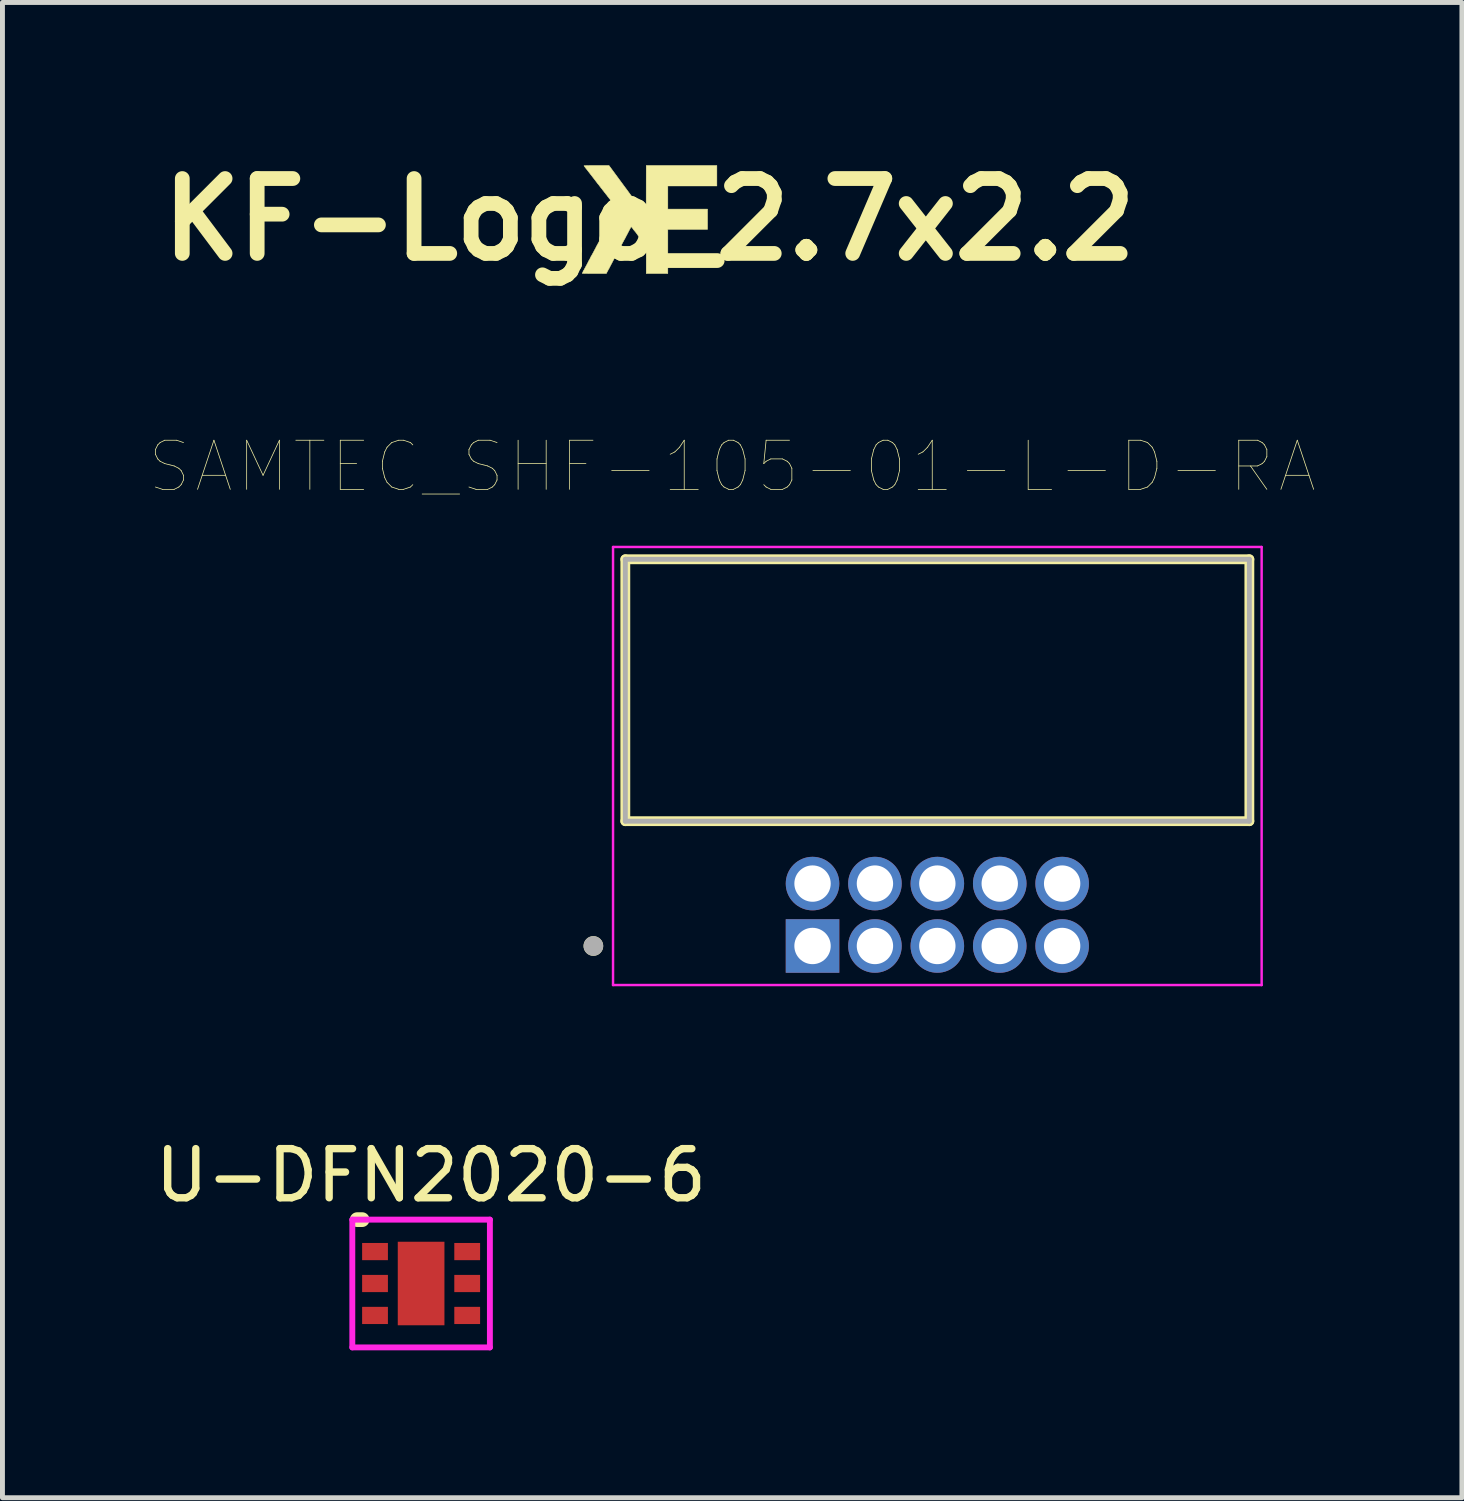
<source format=kicad_pcb>
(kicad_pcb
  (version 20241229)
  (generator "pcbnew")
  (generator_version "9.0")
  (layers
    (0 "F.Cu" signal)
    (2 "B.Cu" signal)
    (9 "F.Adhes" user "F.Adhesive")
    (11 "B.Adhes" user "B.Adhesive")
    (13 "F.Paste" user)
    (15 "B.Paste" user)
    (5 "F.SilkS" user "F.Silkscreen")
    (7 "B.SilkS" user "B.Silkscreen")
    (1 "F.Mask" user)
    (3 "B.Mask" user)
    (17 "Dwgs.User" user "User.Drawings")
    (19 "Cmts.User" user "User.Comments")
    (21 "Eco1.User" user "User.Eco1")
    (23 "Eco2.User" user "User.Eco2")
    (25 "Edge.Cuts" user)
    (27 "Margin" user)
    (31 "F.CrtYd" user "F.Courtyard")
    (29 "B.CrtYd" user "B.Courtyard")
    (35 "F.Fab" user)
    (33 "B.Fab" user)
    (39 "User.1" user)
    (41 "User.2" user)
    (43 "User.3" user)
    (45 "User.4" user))
  (footprint "SAMTEC_SHF-105-01-L-D-RA"
    (layer "F.Cu")
    (at 13.486 16.202)
    (property "Reference" "SAMTEC_SHF-105-01-L-D-RA" (at -1.635 -9.755 0) (layer "F.SilkS") (effects (font (size 1 1) (thickness 0.015))))
    (attr through_hole)
    (fp_line (start -3.81 -2.54) (end -3.81 -7.87) (stroke (width 0.2) (type solid)) (layer "F.SilkS"))
    (fp_line (start 8.89 -7.87) (end -3.81 -7.87) (stroke (width 0.2) (type solid)) (layer "F.SilkS"))
    (fp_line (start 8.89 -7.87) (end 8.89 -2.54) (stroke (width 0.2) (type solid)) (layer "F.SilkS"))
    (fp_line (start 8.89 -2.54) (end -3.81 -2.54) (stroke (width 0.2) (type solid)) (layer "F.SilkS"))
    (fp_circle (center -4.46 0) (end -4.36 0) (stroke (width 0.2) (type solid)) (fill no) (layer "F.SilkS"))
    (fp_line (start -4.06 -8.12) (end 9.14 -8.12) (stroke (width 0.05) (type solid)) (layer "F.CrtYd"))
    (fp_line (start -4.06 0.795) (end -4.06 -8.12) (stroke (width 0.05) (type solid)) (layer "F.CrtYd"))
    (fp_line (start 9.14 -8.12) (end 9.14 0.795) (stroke (width 0.05) (type solid)) (layer "F.CrtYd"))
    (fp_line (start 9.14 0.795) (end -4.06 0.795) (stroke (width 0.05) (type solid)) (layer "F.CrtYd"))
    (fp_line (start -3.81 -7.87) (end 8.89 -7.87) (stroke (width 0.1) (type solid)) (layer "F.Fab"))
    (fp_line (start -3.81 -2.54) (end -3.81 -7.87) (stroke (width 0.1) (type solid)) (layer "F.Fab"))
    (fp_line (start 8.89 -7.87) (end 8.89 -2.54) (stroke (width 0.1) (type solid)) (layer "F.Fab"))
    (fp_line (start 8.89 -2.54) (end -3.81 -2.54) (stroke (width 0.1) (type solid)) (layer "F.Fab"))
    (fp_circle (center -4.46 0) (end -4.36 0) (stroke (width 0.2) (type solid)) (fill no) (layer "F.Fab"))
    (pad "1" thru_hole rect (at 0 0) (size 1.09 1.09) (drill 0.74) (layers "*.Cu" "*.Mask"))
    (pad "2" thru_hole circle (at 0 -1.27) (size 1.09 1.09) (drill 0.74) (layers "*.Cu" "*.Mask"))
    (pad "3" thru_hole circle (at 1.27 0) (size 1.09 1.09) (drill 0.74) (layers "*.Cu" "*.Mask"))
    (pad "4" thru_hole circle (at 1.27 -1.27) (size 1.09 1.09) (drill 0.74) (layers "*.Cu" "*.Mask"))
    (pad "5" thru_hole circle (at 2.54 0) (size 1.09 1.09) (drill 0.74) (layers "*.Cu" "*.Mask"))
    (pad "6" thru_hole circle (at 2.54 -1.27) (size 1.09 1.09) (drill 0.74) (layers "*.Cu" "*.Mask"))
    (pad "7" thru_hole circle (at 3.81 0) (size 1.09 1.09) (drill 0.74) (layers "*.Cu" "*.Mask"))
    (pad "8" thru_hole circle (at 3.81 -1.27) (size 1.09 1.09) (drill 0.74) (layers "*.Cu" "*.Mask"))
    (pad "9" thru_hole circle (at 5.08 0) (size 1.09 1.09) (drill 0.74) (layers "*.Cu" "*.Mask"))
    (pad "10" thru_hole circle (at 5.08 -1.27) (size 1.09 1.09) (drill 0.74) (layers "*.Cu" "*.Mask")))
  (footprint "U-DFN2020-6"
    (layer "F.Cu")
    (at 5.52 23.071)
    (property "Reference" "U-DFN2020-6" (at 0.2 -2.2 0) (layer "F.SilkS") (effects (font (size 1 1) (thickness 0.15))))
    (attr through_hole)
    (fp_line (start -1.3 -1.3) (end -1.2 -1.3) (stroke (width 0.3) (type solid)) (layer "F.SilkS"))
    (fp_poly (pts (xy 0.42 -0.15) (xy -0.42 -0.15) (xy -0.42 -0.8) (xy 0.42 -0.8)) (stroke (width 0.1) (type solid)) (fill yes) (layer "F.Paste"))
    (fp_poly (pts (xy 0.42 0.8) (xy -0.42 0.8) (xy -0.42 0.15) (xy 0.42 0.15)) (stroke (width 0.1) (type solid)) (fill yes) (layer "F.Paste"))
    (fp_line (start -1.4 -1.3) (end -1.4 1.3) (stroke (width 0.12) (type solid)) (layer "F.CrtYd"))
    (fp_line (start -1.4 1.3) (end 1.4 1.3) (stroke (width 0.12) (type solid)) (layer "F.CrtYd"))
    (fp_line (start 1.4 -1.3) (end -1.4 -1.3) (stroke (width 0.12) (type solid)) (layer "F.CrtYd"))
    (fp_line (start 1.4 1.3) (end 1.4 -1.3) (stroke (width 0.12) (type solid)) (layer "F.CrtYd"))
    (pad "" smd rect (at 0 0 270) (size 1.7 0.95) (layers "F.Cu" "F.Mask"))
    (pad "1" smd rect (at -0.938 -0.65 270) (size 0.35 0.525) (layers "F.Cu" "F.Mask" "F.Paste"))
    (pad "2" smd rect (at -0.938 0 270) (size 0.35 0.525) (layers "F.Cu" "F.Mask" "F.Paste"))
    (pad "3" smd rect (at -0.938 0.65 270) (size 0.35 0.525) (layers "F.Cu" "F.Mask" "F.Paste"))
    (pad "4" smd rect (at 0.938 0.65 270) (size 0.35 0.525) (layers "F.Cu" "F.Mask" "F.Paste"))
    (pad "5" smd rect (at 0.938 0 270) (size 0.35 0.525) (layers "F.Cu" "F.Mask" "F.Paste"))
    (pad "6" smd rect (at 0.938 -0.65 270) (size 0.35 0.525) (layers "F.Cu" "F.Mask" "F.Paste")))
  (footprint "KF-Logo_2.7x2.2"
    (layer "F.Cu")
    (at 10.167 1.418)
    (property "Reference" "KF-Logo_2.7x2.2" (at 0 0 0) (layer "F.SilkS") (effects (font (size 1.524 1.524) (thickness 0.3))))
    (attr through_hole)
    (fp_poly (pts (xy -0.503 -0.664) (xy -0.461 -0.608) (xy -0.421 -0.553) (xy -0.383 -0.501) (xy -0.347 -0.452) (xy -0.313 -0.406) (xy -0.282 -0.365) (xy -0.254 -0.327) (xy -0.23 -0.295) (xy -0.21 -0.268) (xy -0.194 -0.246) (xy -0.182 -0.231) (xy -0.176 -0.222) (xy -0.174 -0.221) (xy -0.168 -0.214) (xy -0.166 -0.21) (xy -0.164 -0.206) (xy -0.157 -0.195) (xy -0.146 -0.18) (xy -0.132 -0.16) (xy -0.117 -0.14) (xy -0.067 -0.072) (xy -0.066 -0.585) (xy -0.065 -1.099) (xy 1.372 -1.099) (xy 1.372 -0.683) (xy 0.374 -0.683) (xy 0.374 -0.212) (xy 1.182 -0.212) (xy 1.182 0.199) (xy 0.374 0.199) (xy 0.374 1.099) (xy -0.065 1.099) (xy -0.065 0.533) (xy -0.104 0.482) (xy -0.119 0.463) (xy -0.132 0.447) (xy -0.143 0.435) (xy -0.149 0.428) (xy -0.15 0.427) (xy -0.155 0.422) (xy -0.155 0.42) (xy -0.158 0.416) (xy -0.165 0.406) (xy -0.175 0.392) (xy -0.188 0.376) (xy -0.201 0.359) (xy -0.214 0.343) (xy -0.225 0.33) (xy -0.233 0.321) (xy -0.236 0.319) (xy -0.24 0.315) (xy -0.24 0.314) (xy -0.243 0.308) (xy -0.25 0.298) (xy -0.261 0.283) (xy -0.273 0.267) (xy -0.286 0.25) (xy -0.299 0.235) (xy -0.309 0.222) (xy -0.317 0.214) (xy -0.319 0.212) (xy -0.323 0.209) (xy -0.323 0.207) (xy -0.326 0.202) (xy -0.333 0.191) (xy -0.344 0.177) (xy -0.347 0.172) (xy -0.36 0.157) (xy -0.369 0.149) (xy -0.374 0.148) (xy -0.374 0.149) (xy -0.386 0.171) (xy -0.4 0.196) (xy -0.414 0.223) (xy -0.429 0.252) (xy -0.444 0.28) (xy -0.457 0.306) (xy -0.47 0.329) (xy -0.48 0.349) (xy -0.487 0.363) (xy -0.491 0.371) (xy -0.491 0.372) (xy -0.494 0.378) (xy -0.495 0.379) (xy -0.498 0.383) (xy -0.504 0.395) (xy -0.514 0.412) (xy -0.526 0.435) (xy -0.54 0.461) (xy -0.555 0.489) (xy -0.571 0.519) (xy -0.587 0.55) (xy -0.603 0.579) (xy -0.617 0.607) (xy -0.63 0.631) (xy -0.64 0.651) (xy -0.648 0.666) (xy -0.652 0.675) (xy -0.653 0.676) (xy -0.656 0.683) (xy -0.656 0.683) (xy -0.659 0.688) (xy -0.666 0.7) (xy -0.675 0.717) (xy -0.687 0.74) (xy -0.701 0.766) (xy -0.717 0.794) (xy -0.733 0.824) (xy -0.749 0.854) (xy -0.764 0.884) (xy -0.779 0.912) (xy -0.792 0.936) (xy -0.802 0.956) (xy -0.81 0.971) (xy -0.814 0.98) (xy -0.814 0.981) (xy -0.817 0.988) (xy -0.818 0.988) (xy -0.821 0.993) (xy -0.828 1.004) (xy -0.837 1.021) (xy -0.847 1.04) (xy -0.85 1.045) (xy -0.878 1.099) (xy -1.123 1.099) (xy -1.177 1.099) (xy -1.226 1.099) (xy -1.268 1.098) (xy -1.304 1.098) (xy -1.332 1.097) (xy -1.352 1.096) (xy -1.364 1.096) (xy -1.367 1.095) (xy -1.365 1.088) (xy -1.359 1.078) (xy -1.357 1.074) (xy -1.352 1.064) (xy -1.351 1.058) (xy -1.352 1.057) (xy -1.352 1.056) (xy -1.35 1.054) (xy -1.347 1.049) (xy -1.34 1.038) (xy -1.33 1.021) (xy -1.319 1) (xy -1.306 0.976) (xy -1.292 0.95) (xy -1.278 0.925) (xy -1.265 0.9) (xy -1.254 0.879) (xy -1.245 0.861) (xy -1.239 0.849) (xy -1.236 0.843) (xy -1.233 0.836) (xy -1.233 0.836) (xy -1.229 0.83) (xy -1.222 0.819) (xy -1.215 0.806) (xy -1.208 0.792) (xy -1.202 0.78) (xy -1.199 0.773) (xy -1.199 0.771) (xy -1.2 0.769) (xy -1.198 0.768) (xy -1.195 0.763) (xy -1.188 0.751) (xy -1.178 0.734) (xy -1.166 0.713) (xy -1.153 0.689) (xy -1.139 0.664) (xy -1.126 0.638) (xy -1.113 0.614) (xy -1.101 0.592) (xy -1.092 0.575) (xy -1.086 0.562) (xy -1.084 0.556) (xy -1.081 0.55) (xy -1.08 0.55) (xy -1.077 0.545) (xy -1.071 0.533) (xy -1.061 0.516) (xy -1.05 0.495) (xy -1.037 0.471) (xy -1.023 0.446) (xy -1.01 0.421) (xy -0.997 0.397) (xy -0.986 0.375) (xy -0.977 0.357) (xy -0.971 0.345) (xy -0.968 0.34) (xy -0.968 0.339) (xy -0.965 0.333) (xy -0.965 0.333) (xy -0.961 0.327) (xy -0.954 0.316) (xy -0.947 0.303) (xy -0.94 0.289) (xy -0.934 0.277) (xy -0.931 0.269) (xy -0.931 0.268) (xy -0.932 0.266) (xy -0.93 0.264) (xy -0.927 0.26) (xy -0.92 0.248) (xy -0.91 0.231) (xy -0.898 0.21) (xy -0.885 0.186) (xy -0.871 0.16) (xy -0.858 0.135) (xy -0.845 0.111) (xy -0.833 0.089) (xy -0.824 0.071) (xy -0.818 0.059) (xy -0.816 0.053) (xy -0.813 0.047) (xy -0.812 0.046) (xy -0.809 0.042) (xy -0.803 0.03) (xy -0.793 0.013) (xy -0.782 -0.008) (xy -0.769 -0.032) (xy -0.756 -0.057) (xy -0.742 -0.083) (xy -0.729 -0.107) (xy -0.718 -0.128) (xy -0.709 -0.146) (xy -0.703 -0.158) (xy -0.7 -0.164) (xy -0.7 -0.164) (xy -0.697 -0.17) (xy -0.697 -0.171) (xy -0.693 -0.177) (xy -0.686 -0.188) (xy -0.679 -0.201) (xy -0.672 -0.215) (xy -0.667 -0.226) (xy -0.665 -0.231) (xy -0.668 -0.236) (xy -0.675 -0.247) (xy -0.687 -0.262) (xy -0.701 -0.281) (xy -0.717 -0.301) (xy -0.733 -0.323) (xy -0.75 -0.344) (xy -0.765 -0.363) (xy -0.778 -0.379) (xy -0.788 -0.391) (xy -0.794 -0.397) (xy -0.795 -0.397) (xy -0.798 -0.4) (xy -0.797 -0.401) (xy -0.799 -0.406) (xy -0.805 -0.415) (xy -0.812 -0.424) (xy -0.822 -0.435) (xy -0.827 -0.442) (xy -0.829 -0.445) (xy -0.831 -0.448) (xy -0.837 -0.457) (xy -0.845 -0.465) (xy -0.854 -0.476) (xy -0.86 -0.484) (xy -0.861 -0.486) (xy -0.863 -0.49) (xy -0.87 -0.499) (xy -0.877 -0.507) (xy -0.886 -0.518) (xy -0.892 -0.525) (xy -0.893 -0.528) (xy -0.895 -0.532) (xy -0.902 -0.54) (xy -0.91 -0.549) (xy -0.92 -0.56) (xy -0.926 -0.569) (xy -0.928 -0.572) (xy -0.931 -0.577) (xy -0.938 -0.586) (xy -0.944 -0.593) (xy -0.954 -0.604) (xy -0.959 -0.612) (xy -0.961 -0.614) (xy -0.963 -0.619) (xy -0.971 -0.628) (xy -0.977 -0.635) (xy -0.986 -0.645) (xy -0.992 -0.653) (xy -0.993 -0.655) (xy -0.996 -0.66) (xy -1.003 -0.67) (xy -1.009 -0.676) (xy -1.018 -0.687) (xy -1.024 -0.695) (xy -1.025 -0.697) (xy -1.028 -0.702) (xy -1.035 -0.711) (xy -1.041 -0.718) (xy -1.051 -0.728) (xy -1.056 -0.735) (xy -1.058 -0.737) (xy -1.06 -0.741) (xy -1.068 -0.752) (xy -1.081 -0.768) (xy -1.097 -0.79) (xy -1.117 -0.816) (xy -1.14 -0.845) (xy -1.165 -0.878) (xy -1.192 -0.913) (xy -1.193 -0.913) (xy -1.22 -0.949) (xy -1.246 -0.982) (xy -1.269 -1.012) (xy -1.29 -1.038) (xy -1.307 -1.06) (xy -1.32 -1.077) (xy -1.328 -1.089) (xy -1.332 -1.093) (xy -1.332 -1.093) (xy -1.331 -1.095) (xy -1.326 -1.096) (xy -1.317 -1.097) (xy -1.302 -1.097) (xy -1.282 -1.098) (xy -1.256 -1.098) (xy -1.222 -1.099) (xy -1.181 -1.099) (xy -1.133 -1.099) (xy -1.079 -1.099) (xy -0.823 -1.099) (xy -0.503 -0.664)) (stroke (width 0.01) (type solid)) (fill yes) (layer "F.SilkS")))
  (gr_rect
    (start -3 -3)
    (end 26.702 27.431)
    (stroke (width 0.1) (type default))
    (fill no)
    (layer "Edge.Cuts")))
</source>
